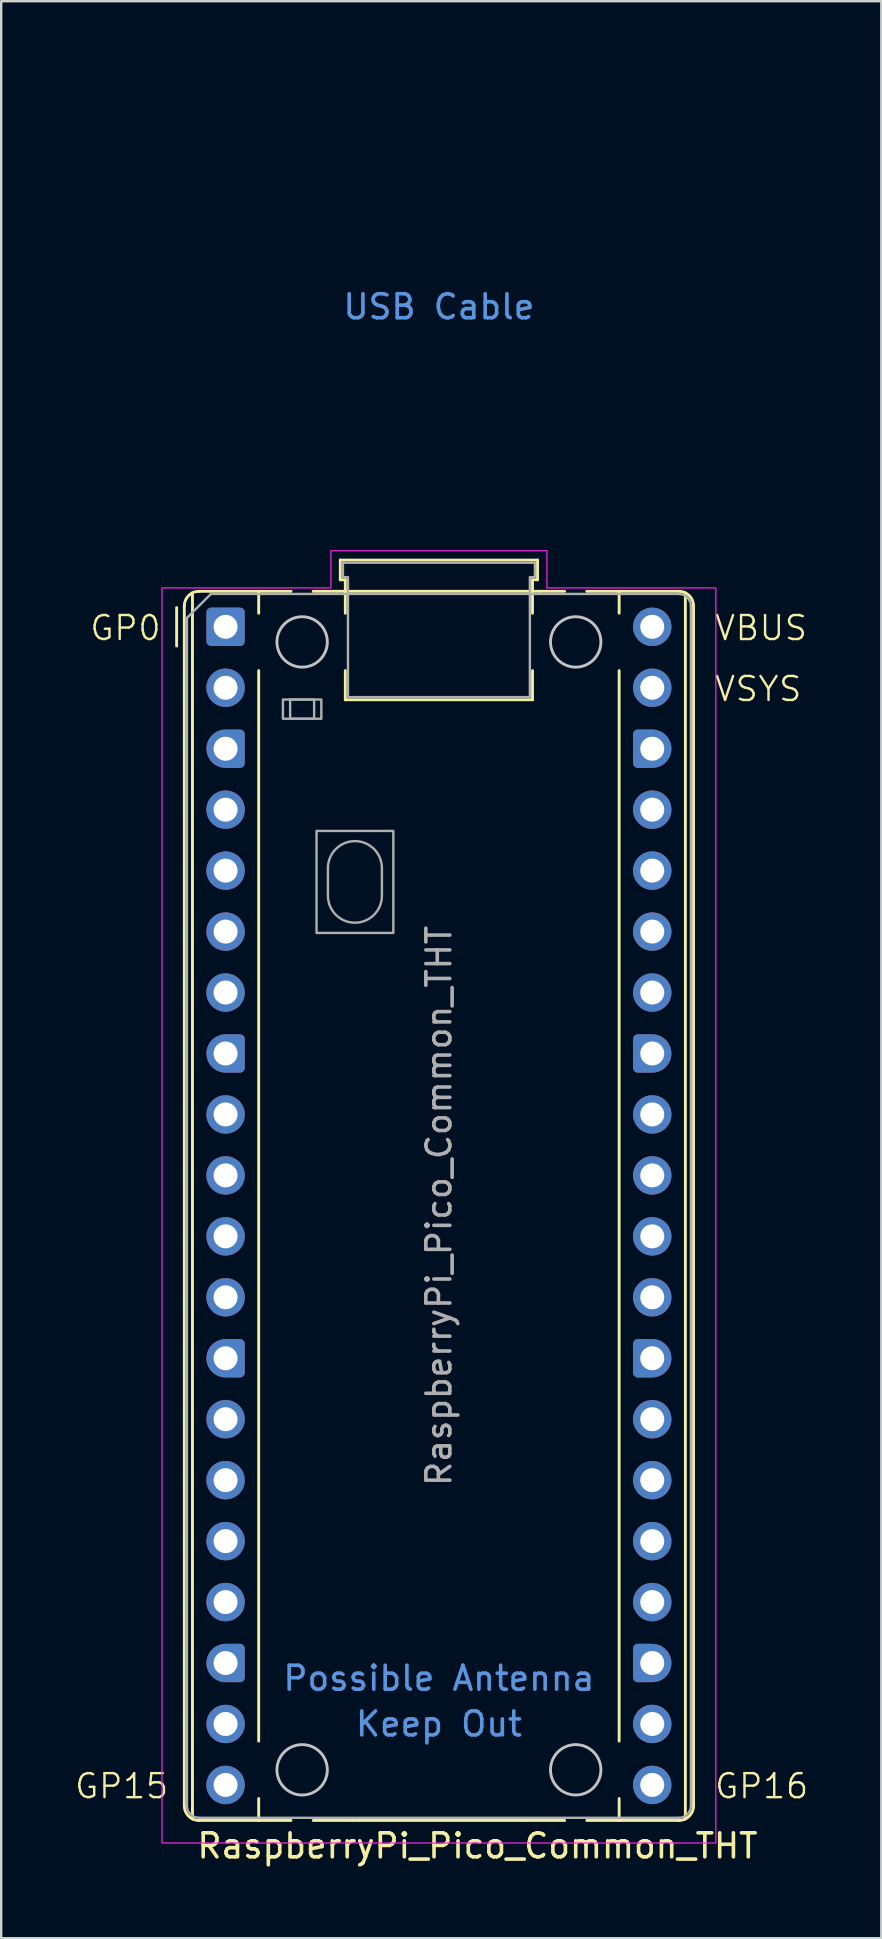
<source format=kicad_pcb>
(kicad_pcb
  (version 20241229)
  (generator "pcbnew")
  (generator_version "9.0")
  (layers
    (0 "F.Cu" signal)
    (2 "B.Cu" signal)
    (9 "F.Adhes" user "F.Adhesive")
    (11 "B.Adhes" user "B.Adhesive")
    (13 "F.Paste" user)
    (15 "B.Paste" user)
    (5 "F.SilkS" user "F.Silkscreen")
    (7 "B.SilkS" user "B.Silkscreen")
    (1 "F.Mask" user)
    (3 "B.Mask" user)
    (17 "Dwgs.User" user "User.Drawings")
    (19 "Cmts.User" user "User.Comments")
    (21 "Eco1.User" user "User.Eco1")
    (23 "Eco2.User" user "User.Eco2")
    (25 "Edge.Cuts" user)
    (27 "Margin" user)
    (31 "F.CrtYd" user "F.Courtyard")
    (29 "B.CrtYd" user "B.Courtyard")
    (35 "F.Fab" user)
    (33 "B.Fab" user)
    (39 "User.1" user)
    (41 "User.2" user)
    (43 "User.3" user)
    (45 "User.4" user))
  (footprint "RaspberryPi_Pico_Common_THT"
    (layer "F.Cu")
    (at 6.35 23.07)
    (property "Reference" "RaspberryPi_Pico_Common_THT" (at -1.27 50.8 0) (unlocked yes) (layer "F.SilkS") (effects (font (size 1 1) (thickness 0.15)) (justify left)))
    (attr through_hole)
    (fp_line (start -2.04 0.8) (end -2.04 -0.8) (stroke (width 0.12) (type solid)) (layer "F.SilkS"))
    (fp_line (start -1.72 -0.87) (end -1.72 49.13) (stroke (width 0.12) (type solid)) (layer "F.SilkS"))
    (fp_line (start -1.38 -1.417) (end -1.38 49.677) (stroke (width 0.12) (type solid)) (layer "F.SilkS"))
    (fp_line (start -1.11 -1.48) (end 1.38 -1.48) (stroke (width 0.12) (type solid)) (layer "F.SilkS"))
    (fp_line (start -1.11 49.74) (end 2.728 49.74) (stroke (width 0.12) (type solid)) (layer "F.SilkS"))
    (fp_line (start 1.38 -1.48) (end 1.38 -0.566) (stroke (width 0.12) (type solid)) (layer "F.SilkS"))
    (fp_line (start 1.38 -1.48) (end 2.728 -1.48) (stroke (width 0.12) (type solid)) (layer "F.SilkS"))
    (fp_line (start 1.38 1.826) (end 1.38 46.434) (stroke (width 0.12) (type solid)) (layer "F.SilkS"))
    (fp_line (start 1.38 48.826) (end 1.38 49.74) (stroke (width 0.12) (type solid)) (layer "F.SilkS"))
    (fp_line (start 3.652 -1.48) (end 4.655 -1.48) (stroke (width 0.12) (type solid)) (layer "F.SilkS"))
    (fp_line (start 4.655 -1.48) (end 13.125 -1.48) (stroke (width 0.12) (type solid)) (layer "F.SilkS"))
    (fp_line (start 4.78 -2.78) (end 4.78 -1.96) (stroke (width 0.12) (type solid)) (layer "F.SilkS"))
    (fp_line (start 4.78 -2.78) (end 13 -2.78) (stroke (width 0.12) (type solid)) (layer "F.SilkS"))
    (fp_line (start 4.78 -1.96) (end 4.99 -1.96) (stroke (width 0.12) (type solid)) (layer "F.SilkS"))
    (fp_line (start 4.99 -1.96) (end 4.99 -0.564) (stroke (width 0.12) (type solid)) (layer "F.SilkS"))
    (fp_line (start 4.99 1.824) (end 4.99 3.04) (stroke (width 0.12) (type solid)) (layer "F.SilkS"))
    (fp_line (start 5.29 49.74) (end 3.652 49.74) (stroke (width 0.12) (type solid)) (layer "F.SilkS"))
    (fp_line (start 12.49 49.74) (end 5.29 49.74) (stroke (width 0.12) (type solid)) (layer "F.SilkS"))
    (fp_line (start 12.79 -1.96) (end 12.79 -0.564) (stroke (width 0.12) (type solid)) (layer "F.SilkS"))
    (fp_line (start 12.79 1.824) (end 12.79 3.04) (stroke (width 0.12) (type solid)) (layer "F.SilkS"))
    (fp_line (start 12.79 3.04) (end 4.99 3.04) (stroke (width 0.12) (type solid)) (layer "F.SilkS"))
    (fp_line (start 13 -2.78) (end 13 -1.96) (stroke (width 0.12) (type solid)) (layer "F.SilkS"))
    (fp_line (start 13 -1.96) (end 12.79 -1.96) (stroke (width 0.12) (type solid)) (layer "F.SilkS"))
    (fp_line (start 13.125 -1.48) (end 14.128 -1.48) (stroke (width 0.12) (type solid)) (layer "F.SilkS"))
    (fp_line (start 14.128 49.74) (end 12.49 49.74) (stroke (width 0.12) (type solid)) (layer "F.SilkS"))
    (fp_line (start 15.052 -1.48) (end 16.4 -1.48) (stroke (width 0.12) (type solid)) (layer "F.SilkS"))
    (fp_line (start 15.052 49.74) (end 18.89 49.74) (stroke (width 0.12) (type solid)) (layer "F.SilkS"))
    (fp_line (start 16.4 -1.48) (end 16.4 -0.566) (stroke (width 0.12) (type solid)) (layer "F.SilkS"))
    (fp_line (start 16.4 1.826) (end 16.4 46.434) (stroke (width 0.12) (type solid)) (layer "F.SilkS"))
    (fp_line (start 16.4 48.826) (end 16.4 49.74) (stroke (width 0.12) (type solid)) (layer "F.SilkS"))
    (fp_line (start 18.89 -1.48) (end 16.4 -1.48) (stroke (width 0.12) (type solid)) (layer "F.SilkS"))
    (fp_line (start 19.16 49.677) (end 19.16 -1.417) (stroke (width 0.12) (type solid)) (layer "F.SilkS"))
    (fp_line (start 19.5 -0.87) (end 19.5 49.13) (stroke (width 0.12) (type solid)) (layer "F.SilkS"))
    (fp_arc (start -1.72 -0.87) (mid -1.541335 -1.301335) (end -1.11 -1.48) (stroke (width 0.12) (type solid)) (layer "F.SilkS"))
    (fp_arc (start -1.11 49.74) (mid -1.541364 49.561364) (end -1.72 49.13) (stroke (width 0.12) (type solid)) (layer "F.SilkS"))
    (fp_arc (start 18.89 -1.48) (mid 19.321335 -1.301335) (end 19.5 -0.87) (stroke (width 0.12) (type solid)) (layer "F.SilkS"))
    (fp_arc (start 19.5 49.13) (mid 19.321335 49.561335) (end 18.89 49.74) (stroke (width 0.12) (type solid)) (layer "F.SilkS"))
    (fp_circle (center 3.19 0.63) (end 4.24 0.63) (stroke (width 0.12) (type solid)) (fill no) (layer "Dwgs.User"))
    (fp_circle (center 3.19 47.63) (end 4.24 47.63) (stroke (width 0.12) (type solid)) (fill no) (layer "Dwgs.User"))
    (fp_circle (center 14.59 0.63) (end 15.64 0.63) (stroke (width 0.12) (type solid)) (fill no) (layer "Dwgs.User"))
    (fp_circle (center 14.59 47.63) (end 15.64 47.63) (stroke (width 0.12) (type solid)) (fill no) (layer "Dwgs.User"))
    (fp_poly (pts (xy 4.39 -3.17) (xy 13.39 -3.17) (xy 13.39 -1.62) (xy 20.43 -1.62) (xy 20.43 50.68) (xy -2.65 50.68) (xy -2.65 -1.62) (xy 4.39 -1.62)) (stroke (width 0.05) (type solid)) (fill no) (layer "F.CrtYd"))
    (fp_line (start -1.61 -0.37) (end -0.61 -1.37) (stroke (width 0.1) (type solid)) (layer "F.Fab"))
    (fp_line (start -1.61 49.13) (end -1.61 -0.37) (stroke (width 0.1) (type solid)) (layer "F.Fab"))
    (fp_line (start -0.61 -1.37) (end 18.89 -1.37) (stroke (width 0.1) (type solid)) (layer "F.Fab"))
    (fp_line (start 4.265 10.055) (end 4.265 11.205) (stroke (width 0.1) (type solid)) (layer "F.Fab"))
    (fp_line (start 6.515 10.055) (end 6.515 11.205) (stroke (width 0.1) (type solid)) (layer "F.Fab"))
    (fp_line (start 18.89 49.63) (end -1.11 49.63) (stroke (width 0.1) (type solid)) (layer "F.Fab"))
    (fp_line (start 19.39 -0.87) (end 19.39 49.13) (stroke (width 0.1) (type solid)) (layer "F.Fab"))
    (fp_rect (start 2.39 3.03) (end 3.99 3.83) (stroke (width 0.1) (type solid)) (fill no) (layer "F.Fab"))
    (fp_rect (start 2.69 3.03) (end 3.69 3.83) (stroke (width 0.1) (type solid)) (fill no) (layer "F.Fab"))
    (fp_rect (start 3.79 8.505) (end 6.99 12.755) (stroke (width 0.1) (type solid)) (fill no) (layer "F.Fab"))
    (fp_arc (start -1.11 49.63) (mid -1.463553 49.483553) (end -1.61 49.13) (stroke (width 0.1) (type solid)) (layer "F.Fab"))
    (fp_arc (start 4.265 10.055) (mid 5.39 8.93) (end 6.515 10.055) (stroke (width 0.1) (type solid)) (layer "F.Fab"))
    (fp_arc (start 6.515 11.205) (mid 5.39 12.33) (end 4.265 11.205) (stroke (width 0.1) (type solid)) (layer "F.Fab"))
    (fp_arc (start 18.89 -1.37) (mid 19.243553 -1.223553) (end 19.39 -0.87) (stroke (width 0.1) (type solid)) (layer "F.Fab"))
    (fp_arc (start 19.39 49.13) (mid 19.243553 49.483553) (end 18.89 49.63) (stroke (width 0.1) (type solid)) (layer "F.Fab"))
    (fp_poly (pts (xy 12.68 2.93) (xy 12.68 -2.07) (xy 12.89 -2.07) (xy 12.89 -2.67) (xy 4.89 -2.67) (xy 4.89 -2.07) (xy 5.1 -2.07) (xy 5.1 2.93)) (stroke (width 0.1) (type solid)) (fill no) (layer "F.Fab"))
    (fp_text user "VBUS" (at 20.32 0.635 0) (unlocked yes) (layer "F.SilkS") (effects (font (size 1 1) (thickness 0.1)) (justify left bottom)))
    (fp_text user "GP0" (at -5.715 0.635 0) (unlocked yes) (layer "F.SilkS") (effects (font (size 1 1) (thickness 0.1)) (justify left bottom)))
    (fp_text user "GP15" (at -6.35 48.895 0) (unlocked yes) (layer "F.SilkS") (effects (font (size 1 1) (thickness 0.1)) (justify left bottom)))
    (fp_text user "VSYS" (at 20.32 3.175 0) (unlocked yes) (layer "F.SilkS") (effects (font (size 1 1) (thickness 0.1)) (justify left bottom)))
    (fp_text user "GP16" (at 20.32 48.895 0) (unlocked yes) (layer "F.SilkS") (effects (font (size 1 1) (thickness 0.1)) (justify left bottom)))
    (fp_text user "USB Cable" (at 8.89 -13.335 0) (unlocked yes) (layer "Cmts.User") (effects (font (size 1 1) (thickness 0.15))))
    (fp_text user "Possible Antenna" (at 8.89 43.815 0) (unlocked yes) (layer "Cmts.User") (effects (font (size 1 1) (thickness 0.15))))
    (fp_text user "Keep Out" (at 8.89 45.72 0) (unlocked yes) (layer "Cmts.User") (effects (font (size 1 1) (thickness 0.15))))
    (fp_text user "${REFERENCE}" (at 8.89 24.13 90) (layer "F.Fab") (effects (font (size 1 1) (thickness 0.15))))
    (pad "1" thru_hole roundrect (at 0 0) (size 1.6 1.6) (drill 1) (layers "*.Cu" "*.Mask") (roundrect_rratio 0.125))
    (pad "2" thru_hole circle (at 0 2.54) (size 1.6 1.6) (drill 1) (layers "*.Cu" "*.Mask"))
    (pad "3" thru_hole custom (at 0 5.08) (size 1.6 1.6) (drill 1) (layers "*.Cu" "*.Mask") (options (anchor circle)) (primitives (gr_poly (pts (xy 0.8 0.6) (xy 0.8 -0.6) (xy 0.6 -0.8) (xy 0 -0.8) (xy 0 0.8) (xy 0.6 0.8)) (width 0) (fill yes)) (gr_circle (center 0.6 0.6) (end 0.8 0.6) (width 0) (fill yes)) (gr_circle (center 0.6 -0.6) (end 0.8 -0.6) (width 0) (fill yes))))
    (pad "4" thru_hole circle (at 0 7.62) (size 1.6 1.6) (drill 1) (layers "*.Cu" "*.Mask"))
    (pad "5" thru_hole circle (at 0 10.16) (size 1.6 1.6) (drill 1) (layers "*.Cu" "*.Mask"))
    (pad "6" thru_hole circle (at 0 12.7) (size 1.6 1.6) (drill 1) (layers "*.Cu" "*.Mask"))
    (pad "7" thru_hole circle (at 0 15.24) (size 1.6 1.6) (drill 1) (layers "*.Cu" "*.Mask"))
    (pad "8" thru_hole custom (at 0 17.78) (size 1.6 1.6) (drill 1) (layers "*.Cu" "*.Mask") (options (anchor circle)) (primitives (gr_poly (pts (xy 0.8 0.6) (xy 0.8 -0.6) (xy 0.6 -0.8) (xy 0 -0.8) (xy 0 0.8) (xy 0.6 0.8)) (width 0) (fill yes)) (gr_circle (center 0.6 0.6) (end 0.8 0.6) (width 0) (fill yes)) (gr_circle (center 0.6 -0.6) (end 0.8 -0.6) (width 0) (fill yes))))
    (pad "9" thru_hole circle (at 0 20.32) (size 1.6 1.6) (drill 1) (layers "*.Cu" "*.Mask"))
    (pad "10" thru_hole circle (at 0 22.86) (size 1.6 1.6) (drill 1) (layers "*.Cu" "*.Mask"))
    (pad "11" thru_hole circle (at 0 25.4) (size 1.6 1.6) (drill 1) (layers "*.Cu" "*.Mask"))
    (pad "12" thru_hole circle (at 0 27.94) (size 1.6 1.6) (drill 1) (layers "*.Cu" "*.Mask"))
    (pad "13" thru_hole custom (at 0 30.48) (size 1.6 1.6) (drill 1) (layers "*.Cu" "*.Mask") (options (anchor circle)) (primitives (gr_poly (pts (xy 0.8 0.6) (xy 0.8 -0.6) (xy 0.6 -0.8) (xy 0 -0.8) (xy 0 0.8) (xy 0.6 0.8)) (width 0) (fill yes)) (gr_circle (center 0.6 0.6) (end 0.8 0.6) (width 0) (fill yes)) (gr_circle (center 0.6 -0.6) (end 0.8 -0.6) (width 0) (fill yes))))
    (pad "14" thru_hole circle (at 0 33.02) (size 1.6 1.6) (drill 1) (layers "*.Cu" "*.Mask"))
    (pad "15" thru_hole circle (at 0 35.56) (size 1.6 1.6) (drill 1) (layers "*.Cu" "*.Mask"))
    (pad "16" thru_hole circle (at 0 38.1) (size 1.6 1.6) (drill 1) (layers "*.Cu" "*.Mask"))
    (pad "17" thru_hole circle (at 0 40.64) (size 1.6 1.6) (drill 1) (layers "*.Cu" "*.Mask"))
    (pad "18" thru_hole custom (at 0 43.18) (size 1.6 1.6) (drill 1) (layers "*.Cu" "*.Mask") (options (anchor circle)) (primitives (gr_poly (pts (xy 0.8 0.6) (xy 0.8 -0.6) (xy 0.6 -0.8) (xy 0 -0.8) (xy 0 0.8) (xy 0.6 0.8)) (width 0) (fill yes)) (gr_circle (center 0.6 0.6) (end 0.8 0.6) (width 0) (fill yes)) (gr_circle (center 0.6 -0.6) (end 0.8 -0.6) (width 0) (fill yes))))
    (pad "19" thru_hole circle (at 0 45.72) (size 1.6 1.6) (drill 1) (layers "*.Cu" "*.Mask"))
    (pad "20" thru_hole circle (at 0 48.26) (size 1.6 1.6) (drill 1) (layers "*.Cu" "*.Mask"))
    (pad "21" thru_hole circle (at 17.78 48.26) (size 1.6 1.6) (drill 1) (layers "*.Cu" "*.Mask"))
    (pad "22" thru_hole circle (at 17.78 45.72) (size 1.6 1.6) (drill 1) (layers "*.Cu" "*.Mask"))
    (pad "23" thru_hole custom (at 17.78 43.18) (size 1.6 1.6) (drill 1) (layers "*.Cu" "*.Mask") (options (anchor circle)) (primitives (gr_poly (pts (xy -0.8 0.6) (xy -0.8 -0.6) (xy -0.6 -0.8) (xy 0 -0.8) (xy 0 0.8) (xy -0.6 0.8)) (width 0) (fill yes)) (gr_circle (center -0.6 0.6) (end -0.4 0.6) (width 0) (fill yes)) (gr_circle (center -0.6 -0.6) (end -0.4 -0.6) (width 0) (fill yes))))
    (pad "24" thru_hole circle (at 17.78 40.64) (size 1.6 1.6) (drill 1) (layers "*.Cu" "*.Mask"))
    (pad "25" thru_hole circle (at 17.78 38.1) (size 1.6 1.6) (drill 1) (layers "*.Cu" "*.Mask"))
    (pad "26" thru_hole circle (at 17.78 35.56) (size 1.6 1.6) (drill 1) (layers "*.Cu" "*.Mask"))
    (pad "27" thru_hole circle (at 17.78 33.02) (size 1.6 1.6) (drill 1) (layers "*.Cu" "*.Mask"))
    (pad "28" thru_hole custom (at 17.78 30.48) (size 1.6 1.6) (drill 1) (layers "*.Cu" "*.Mask") (options (anchor circle)) (primitives (gr_poly (pts (xy -0.8 0.6) (xy -0.8 -0.6) (xy -0.6 -0.8) (xy 0 -0.8) (xy 0 0.8) (xy -0.6 0.8)) (width 0) (fill yes)) (gr_circle (center -0.6 0.6) (end -0.4 0.6) (width 0) (fill yes)) (gr_circle (center -0.6 -0.6) (end -0.4 -0.6) (width 0) (fill yes))))
    (pad "29" thru_hole circle (at 17.78 27.94) (size 1.6 1.6) (drill 1) (layers "*.Cu" "*.Mask"))
    (pad "30" thru_hole circle (at 17.78 25.4) (size 1.6 1.6) (drill 1) (layers "*.Cu" "*.Mask"))
    (pad "31" thru_hole circle (at 17.78 22.86) (size 1.6 1.6) (drill 1) (layers "*.Cu" "*.Mask"))
    (pad "32" thru_hole circle (at 17.78 20.32) (size 1.6 1.6) (drill 1) (layers "*.Cu" "*.Mask"))
    (pad "33" thru_hole custom (at 17.78 17.78) (size 1.6 1.6) (drill 1) (layers "*.Cu" "*.Mask") (options (anchor circle)) (primitives (gr_poly (pts (xy -0.8 0.6) (xy -0.8 -0.6) (xy -0.6 -0.8) (xy 0 -0.8) (xy 0 0.8) (xy -0.6 0.8)) (width 0) (fill yes)) (gr_circle (center -0.6 0.6) (end -0.4 0.6) (width 0) (fill yes)) (gr_circle (center -0.6 -0.6) (end -0.4 -0.6) (width 0) (fill yes))))
    (pad "34" thru_hole circle (at 17.78 15.24) (size 1.6 1.6) (drill 1) (layers "*.Cu" "*.Mask"))
    (pad "35" thru_hole circle (at 17.78 12.7) (size 1.6 1.6) (drill 1) (layers "*.Cu" "*.Mask"))
    (pad "36" thru_hole circle (at 17.78 10.16) (size 1.6 1.6) (drill 1) (layers "*.Cu" "*.Mask"))
    (pad "37" thru_hole circle (at 17.78 7.62) (size 1.6 1.6) (drill 1) (layers "*.Cu" "*.Mask"))
    (pad "38" thru_hole custom (at 17.78 5.08) (size 1.6 1.6) (drill 1) (layers "*.Cu" "*.Mask") (options (anchor circle)) (primitives (gr_poly (pts (xy -0.8 0.6) (xy -0.8 -0.6) (xy -0.6 -0.8) (xy 0 -0.8) (xy 0 0.8) (xy -0.6 0.8)) (width 0) (fill yes)) (gr_circle (center -0.6 0.6) (end -0.4 0.6) (width 0) (fill yes)) (gr_circle (center -0.6 -0.6) (end -0.4 -0.6) (width 0) (fill yes))))
    (pad "39" thru_hole circle (at 17.78 2.54) (size 1.6 1.6) (drill 1) (layers "*.Cu" "*.Mask"))
    (pad "40" thru_hole circle (at 17.78 0) (size 1.6 1.6) (drill 1) (layers "*.Cu" "*.Mask"))
    (zone (net_name "") (layers "F.Cu" "B.Cu" "F.Paste" "B.Paste") (name "Antenna Copper Keep Out") (hatch full 0.5) (connect_pads) (min_thickness 0.254) (filled_areas_thickness no) (keepout (tracks not_allowed) (vias not_allowed) (pads not_allowed) (copperpour not_allowed) (footprints allowed)) (placement (enabled no)) (fill) (polygon (pts (xy 12.84 72.19) (xy 8.14 68.54) (xy 8.14 64.2) (xy 22.34 64.2) (xy 22.34 68.54) (xy 17.64 72.19) (xy 17.64 73.2) (xy 12.84 73.2))))
    (zone (net_name "") (layer "F.CrtYd") (name "USB Cable") (hatch edge 0.5) (connect_pads) (min_thickness 0.254) (filled_areas_thickness no) (keepout (tracks allowed) (vias allowed) (pads allowed) (copperpour allowed) (footprints allowed)) (placement (enabled no)) (fill) (polygon (pts (xy 9.49 19.5) (xy 11.3 19.5) (xy 11.3 19.9) (xy 19.18 19.9) (xy 19.18 19.5) (xy 20.99 19.5) (xy 20.99 0) (xy 9.49 0)))))
  (gr_rect
    (start -3 -3)
    (end 33.675 77.718)
    (stroke (width 0.1) (type default))
    (fill no)
    (layer "Edge.Cuts")))
</source>
